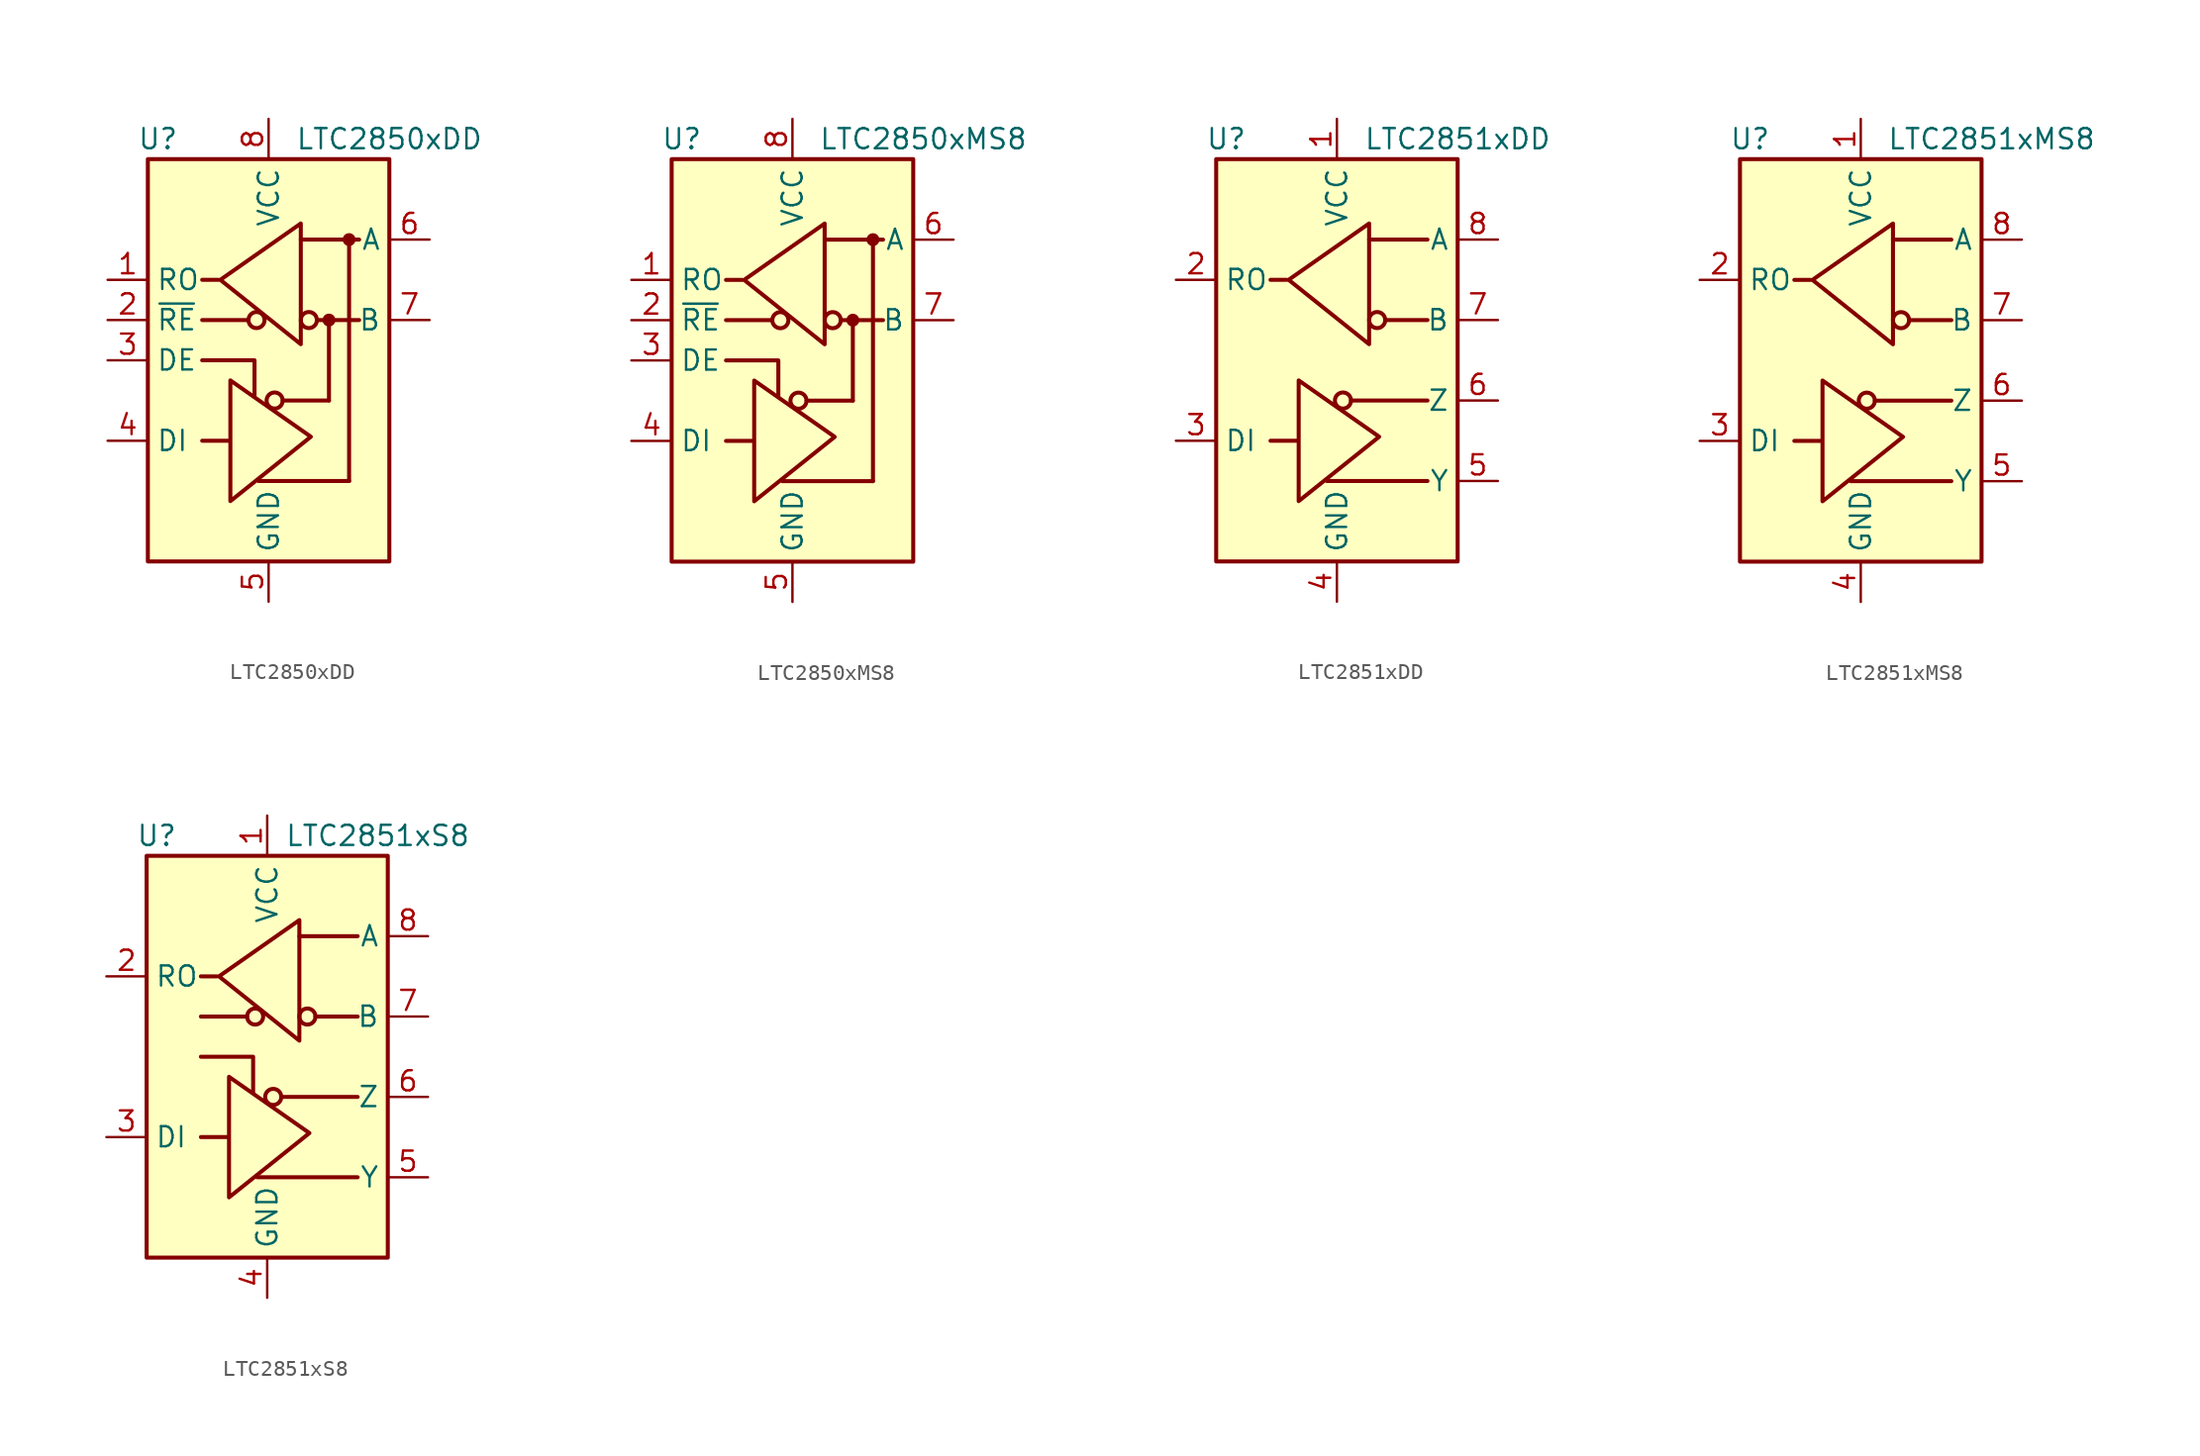
<source format=kicad_sym>
(kicad_symbol_lib
  (version 20201005)
  (generator kicad_symbol_editor)
  (symbol "Interface_UART:LTC2850xDD"
    (property "Reference" "U"
      (at -6.985 13.97 0)
      (effects (font (size 1.27 1.27))))
    (property "Value" "LTC2850xDD"
      (at 7.62 13.97 0)
      (effects (font (size 1.27 1.27))))
    (symbol "LTC2850xDD_0_1"
      (rectangle (start -7.62 12.7) (end 7.62 -12.7) (stroke (width 0.254)) (fill (type background))))
    (symbol "LTC2850xDD_1_1"
      (circle (center -0.762 2.54) (radius 0.508) (stroke (width 0.254)) (fill (type none)))
      (circle (center 0.381 -2.54) (radius 0.508) (stroke (width 0.254)) (fill (type none)))
      (circle (center 2.54 2.54) (radius 0.508) (stroke (width 0.254)) (fill (type none)))
      (circle (center 3.81 2.54) (radius 0.279) (stroke (width 0.254)) (fill (type outline)))
      (circle (center 5.08 7.62) (radius 0.279) (stroke (width 0.254)) (fill (type outline)))
      (polyline (pts (xy -4.191 2.54) (xy -1.27 2.54)) (stroke (width 0.254)) (fill (type none)))
      (polyline (pts (xy -2.54 -5.08) (xy -4.191 -5.08)) (stroke (width 0.254)) (fill (type none)))
      (polyline (pts (xy -0.635 -7.62) (xy 5.08 -7.62)) (stroke (width 0.254)) (fill (type none)))
      (polyline (pts (xy 0.889 -2.54) (xy 3.81 -2.54)) (stroke (width 0.254)) (fill (type none)))
      (polyline (pts (xy 2.032 7.62) (xy 5.715 7.62)) (stroke (width 0.254)) (fill (type none)))
      (polyline (pts (xy 3.048 2.54) (xy 5.715 2.54)) (stroke (width 0.254)) (fill (type none)))
      (polyline (pts (xy 3.81 -2.54) (xy 3.81 2.54)) (stroke (width 0.254)) (fill (type none)))
      (polyline (pts (xy 5.08 -7.62) (xy 5.08 7.62)) (stroke (width 0.254)) (fill (type none)))
      (polyline (pts (xy -4.191 0) (xy -0.889 0) (xy -0.889 -2.286)) (stroke (width 0.254)) (fill (type none)))
      (polyline (pts (xy -3.175 5.08) (xy -4.191 5.08) (xy -4.064 5.08)) (stroke (width 0.254)) (fill (type none)))
      (polyline (pts (xy -2.413 -5.08) (xy -2.413 -1.27) (xy 2.667 -4.826) (xy -2.413 -8.89) (xy -2.413 -5.08)) (stroke (width 0.254)) (fill (type none)))
      (polyline (pts (xy 2.032 4.826) (xy 2.032 8.636) (xy -3.048 5.08) (xy 2.032 1.016) (xy 2.032 4.826)) (stroke (width 0.254)) (fill (type none)))
      (pin output line (at -10.16 5.08 0) (length 2.54) (name "RO" (effects (font (size 1.27 1.27)))) (number "1" (effects (font (size 1.27 1.27)))))
      (pin input line (at -10.16 2.54 0) (length 2.54) (name "~RE" (effects (font (size 1.27 1.27)))) (number "2" (effects (font (size 1.27 1.27)))))
      (pin input line (at -10.16 0 0) (length 2.54) (name "DE" (effects (font (size 1.27 1.27)))) (number "3" (effects (font (size 1.27 1.27)))))
      (pin input line (at -10.16 -5.08 0) (length 2.54) (name "DI" (effects (font (size 1.27 1.27)))) (number "4" (effects (font (size 1.27 1.27)))))
      (pin power_in line (at 0 -15.24 90) (length 2.54) (name "GND" (effects (font (size 1.27 1.27)))) (number "5" (effects (font (size 1.27 1.27)))))
      (pin bidirectional line (at 10.16 7.62 180) (length 2.54) (name "A" (effects (font (size 1.27 1.27)))) (number "6" (effects (font (size 1.27 1.27)))))
      (pin bidirectional line (at 10.16 2.54 180) (length 2.54) (name "B" (effects (font (size 1.27 1.27)))) (number "7" (effects (font (size 1.27 1.27)))))
      (pin power_in line (at 0 15.24 270) (length 2.54) (name "VCC" (effects (font (size 1.27 1.27)))) (number "8" (effects (font (size 1.27 1.27)))))
      (pin passive line (at 0 -15.24 90) (length 2.54) hide (name "GND" (effects (font (size 1.27 1.27)))) (number "9" (effects (font (size 1.27 1.27)))))))
  (symbol "Interface_UART:LTC2850xMS8"
    (property "Reference" "U"
      (at -6.985 13.97 0)
      (effects (font (size 1.27 1.27))))
    (property "Value" "LTC2850xMS8"
      (at 8.255 13.97 0)
      (effects (font (size 1.27 1.27))))
    (symbol "LTC2850xMS8_0_1"
      (rectangle (start -7.62 12.7) (end 7.62 -12.7) (stroke (width 0.254)) (fill (type background))))
    (symbol "LTC2850xMS8_1_1"
      (circle (center -0.762 2.54) (radius 0.508) (stroke (width 0.254)) (fill (type none)))
      (circle (center 0.381 -2.54) (radius 0.508) (stroke (width 0.254)) (fill (type none)))
      (circle (center 2.54 2.54) (radius 0.508) (stroke (width 0.254)) (fill (type none)))
      (circle (center 3.81 2.54) (radius 0.279) (stroke (width 0.254)) (fill (type outline)))
      (circle (center 5.08 7.62) (radius 0.279) (stroke (width 0.254)) (fill (type outline)))
      (polyline (pts (xy -4.191 2.54) (xy -1.27 2.54)) (stroke (width 0.254)) (fill (type none)))
      (polyline (pts (xy -2.54 -5.08) (xy -4.191 -5.08)) (stroke (width 0.254)) (fill (type none)))
      (polyline (pts (xy -0.635 -7.62) (xy 5.08 -7.62)) (stroke (width 0.254)) (fill (type none)))
      (polyline (pts (xy 0.889 -2.54) (xy 3.81 -2.54)) (stroke (width 0.254)) (fill (type none)))
      (polyline (pts (xy 2.032 7.62) (xy 5.715 7.62)) (stroke (width 0.254)) (fill (type none)))
      (polyline (pts (xy 3.048 2.54) (xy 5.715 2.54)) (stroke (width 0.254)) (fill (type none)))
      (polyline (pts (xy 3.81 -2.54) (xy 3.81 2.54)) (stroke (width 0.254)) (fill (type none)))
      (polyline (pts (xy 5.08 -7.62) (xy 5.08 7.62)) (stroke (width 0.254)) (fill (type none)))
      (polyline (pts (xy -4.191 0) (xy -0.889 0) (xy -0.889 -2.286)) (stroke (width 0.254)) (fill (type none)))
      (polyline (pts (xy -3.175 5.08) (xy -4.191 5.08) (xy -4.064 5.08)) (stroke (width 0.254)) (fill (type none)))
      (polyline (pts (xy -2.413 -5.08) (xy -2.413 -1.27) (xy 2.667 -4.826) (xy -2.413 -8.89) (xy -2.413 -5.08)) (stroke (width 0.254)) (fill (type none)))
      (polyline (pts (xy 2.032 4.826) (xy 2.032 8.636) (xy -3.048 5.08) (xy 2.032 1.016) (xy 2.032 4.826)) (stroke (width 0.254)) (fill (type none)))
      (pin output line (at -10.16 5.08 0) (length 2.54) (name "RO" (effects (font (size 1.27 1.27)))) (number "1" (effects (font (size 1.27 1.27)))))
      (pin input line (at -10.16 2.54 0) (length 2.54) (name "~RE" (effects (font (size 1.27 1.27)))) (number "2" (effects (font (size 1.27 1.27)))))
      (pin input line (at -10.16 0 0) (length 2.54) (name "DE" (effects (font (size 1.27 1.27)))) (number "3" (effects (font (size 1.27 1.27)))))
      (pin input line (at -10.16 -5.08 0) (length 2.54) (name "DI" (effects (font (size 1.27 1.27)))) (number "4" (effects (font (size 1.27 1.27)))))
      (pin power_in line (at 0 -15.24 90) (length 2.54) (name "GND" (effects (font (size 1.27 1.27)))) (number "5" (effects (font (size 1.27 1.27)))))
      (pin bidirectional line (at 10.16 7.62 180) (length 2.54) (name "A" (effects (font (size 1.27 1.27)))) (number "6" (effects (font (size 1.27 1.27)))))
      (pin bidirectional line (at 10.16 2.54 180) (length 2.54) (name "B" (effects (font (size 1.27 1.27)))) (number "7" (effects (font (size 1.27 1.27)))))
      (pin power_in line (at 0 15.24 270) (length 2.54) (name "VCC" (effects (font (size 1.27 1.27)))) (number "8" (effects (font (size 1.27 1.27)))))))
  (symbol "Interface_UART:LTC2851xDD"
    (property "Reference" "U"
      (at -6.985 13.97 0)
      (effects (font (size 1.27 1.27))))
    (property "Value" "LTC2851xDD"
      (at 7.62 13.97 0)
      (effects (font (size 1.27 1.27))))
    (symbol "LTC2851xDD_0_1"
      (rectangle (start -7.62 12.7) (end 7.62 -12.7) (stroke (width 0.254)) (fill (type background))))
    (symbol "LTC2851xDD_1_1"
      (circle (center 0.381 -2.54) (radius 0.508) (stroke (width 0.254)) (fill (type none)))
      (circle (center 2.54 2.54) (radius 0.508) (stroke (width 0.254)) (fill (type none)))
      (polyline (pts (xy -2.54 -5.08) (xy -4.191 -5.08)) (stroke (width 0.254)) (fill (type none)))
      (polyline (pts (xy -0.635 -7.62) (xy 5.715 -7.62)) (stroke (width 0.254)) (fill (type none)))
      (polyline (pts (xy 0.889 -2.54) (xy 5.715 -2.54)) (stroke (width 0.254)) (fill (type none)))
      (polyline (pts (xy 2.032 7.62) (xy 5.715 7.62)) (stroke (width 0.254)) (fill (type none)))
      (polyline (pts (xy 3.048 2.54) (xy 5.715 2.54)) (stroke (width 0.254)) (fill (type none)))
      (polyline (pts (xy -3.175 5.08) (xy -4.191 5.08) (xy -4.064 5.08)) (stroke (width 0.254)) (fill (type none)))
      (polyline (pts (xy -2.413 -5.08) (xy -2.413 -1.27) (xy 2.667 -4.826) (xy -2.413 -8.89) (xy -2.413 -5.08)) (stroke (width 0.254)) (fill (type none)))
      (polyline (pts (xy 2.032 4.826) (xy 2.032 8.636) (xy -3.048 5.08) (xy 2.032 1.016) (xy 2.032 4.826)) (stroke (width 0.254)) (fill (type none)))
      (pin power_in line (at 0 15.24 270) (length 2.54) (name "VCC" (effects (font (size 1.27 1.27)))) (number "1" (effects (font (size 1.27 1.27)))))
      (pin output line (at -10.16 5.08 0) (length 2.54) (name "RO" (effects (font (size 1.27 1.27)))) (number "2" (effects (font (size 1.27 1.27)))))
      (pin input line (at -10.16 -5.08 0) (length 2.54) (name "DI" (effects (font (size 1.27 1.27)))) (number "3" (effects (font (size 1.27 1.27)))))
      (pin power_in line (at 0 -15.24 90) (length 2.54) (name "GND" (effects (font (size 1.27 1.27)))) (number "4" (effects (font (size 1.27 1.27)))))
      (pin output line (at 10.16 -7.62 180) (length 2.54) (name "Y" (effects (font (size 1.27 1.27)))) (number "5" (effects (font (size 1.27 1.27)))))
      (pin output line (at 10.16 -2.54 180) (length 2.54) (name "Z" (effects (font (size 1.27 1.27)))) (number "6" (effects (font (size 1.27 1.27)))))
      (pin input line (at 10.16 2.54 180) (length 2.54) (name "B" (effects (font (size 1.27 1.27)))) (number "7" (effects (font (size 1.27 1.27)))))
      (pin input line (at 10.16 7.62 180) (length 2.54) (name "A" (effects (font (size 1.27 1.27)))) (number "8" (effects (font (size 1.27 1.27)))))
      (pin passive line (at 0 -15.24 90) (length 2.54) hide (name "GND" (effects (font (size 1.27 1.27)))) (number "9" (effects (font (size 1.27 1.27)))))))
  (symbol "Interface_UART:LTC2851xMS8"
    (property "Reference" "U"
      (at -6.985 13.97 0)
      (effects (font (size 1.27 1.27))))
    (property "Value" "LTC2851xMS8"
      (at 8.255 13.97 0)
      (effects (font (size 1.27 1.27))))
    (symbol "LTC2851xMS8_0_1"
      (rectangle (start -7.62 12.7) (end 7.62 -12.7) (stroke (width 0.254)) (fill (type background))))
    (symbol "LTC2851xMS8_1_1"
      (circle (center 0.381 -2.54) (radius 0.508) (stroke (width 0.254)) (fill (type none)))
      (circle (center 2.54 2.54) (radius 0.508) (stroke (width 0.254)) (fill (type none)))
      (polyline (pts (xy -2.54 -5.08) (xy -4.191 -5.08)) (stroke (width 0.254)) (fill (type none)))
      (polyline (pts (xy -0.635 -7.62) (xy 5.715 -7.62)) (stroke (width 0.254)) (fill (type none)))
      (polyline (pts (xy 0.889 -2.54) (xy 5.715 -2.54)) (stroke (width 0.254)) (fill (type none)))
      (polyline (pts (xy 2.032 7.62) (xy 5.715 7.62)) (stroke (width 0.254)) (fill (type none)))
      (polyline (pts (xy 3.048 2.54) (xy 5.715 2.54)) (stroke (width 0.254)) (fill (type none)))
      (polyline (pts (xy -3.175 5.08) (xy -4.191 5.08) (xy -4.064 5.08)) (stroke (width 0.254)) (fill (type none)))
      (polyline (pts (xy -2.413 -5.08) (xy -2.413 -1.27) (xy 2.667 -4.826) (xy -2.413 -8.89) (xy -2.413 -5.08)) (stroke (width 0.254)) (fill (type none)))
      (polyline (pts (xy 2.032 4.826) (xy 2.032 8.636) (xy -3.048 5.08) (xy 2.032 1.016) (xy 2.032 4.826)) (stroke (width 0.254)) (fill (type none)))
      (pin power_in line (at 0 15.24 270) (length 2.54) (name "VCC" (effects (font (size 1.27 1.27)))) (number "1" (effects (font (size 1.27 1.27)))))
      (pin output line (at -10.16 5.08 0) (length 2.54) (name "RO" (effects (font (size 1.27 1.27)))) (number "2" (effects (font (size 1.27 1.27)))))
      (pin input line (at -10.16 -5.08 0) (length 2.54) (name "DI" (effects (font (size 1.27 1.27)))) (number "3" (effects (font (size 1.27 1.27)))))
      (pin power_in line (at 0 -15.24 90) (length 2.54) (name "GND" (effects (font (size 1.27 1.27)))) (number "4" (effects (font (size 1.27 1.27)))))
      (pin output line (at 10.16 -7.62 180) (length 2.54) (name "Y" (effects (font (size 1.27 1.27)))) (number "5" (effects (font (size 1.27 1.27)))))
      (pin output line (at 10.16 -2.54 180) (length 2.54) (name "Z" (effects (font (size 1.27 1.27)))) (number "6" (effects (font (size 1.27 1.27)))))
      (pin input line (at 10.16 2.54 180) (length 2.54) (name "B" (effects (font (size 1.27 1.27)))) (number "7" (effects (font (size 1.27 1.27)))))
      (pin input line (at 10.16 7.62 180) (length 2.54) (name "A" (effects (font (size 1.27 1.27)))) (number "8" (effects (font (size 1.27 1.27)))))))
  (symbol "Interface_UART:LTC2851xS8"
    (property "Reference" "U"
      (at -6.985 13.97 0)
      (effects (font (size 1.27 1.27))))
    (property "Value" "LTC2851xS8"
      (at 6.985 13.97 0)
      (effects (font (size 1.27 1.27))))
    (symbol "LTC2851xS8_0_1"
      (rectangle (start -7.62 12.7) (end 7.62 -12.7) (stroke (width 0.254)) (fill (type background))))
    (symbol "LTC2851xS8_1_1"
      (circle (center -0.762 2.54) (radius 0.508) (stroke (width 0.254)) (fill (type none)))
      (circle (center 0.381 -2.54) (radius 0.508) (stroke (width 0.254)) (fill (type none)))
      (circle (center 2.54 2.54) (radius 0.508) (stroke (width 0.254)) (fill (type none)))
      (polyline (pts (xy -4.191 2.54) (xy -1.27 2.54)) (stroke (width 0.254)) (fill (type none)))
      (polyline (pts (xy -2.54 -5.08) (xy -4.191 -5.08)) (stroke (width 0.254)) (fill (type none)))
      (polyline (pts (xy -0.635 -7.62) (xy 5.715 -7.62)) (stroke (width 0.254)) (fill (type none)))
      (polyline (pts (xy 0.889 -2.54) (xy 5.715 -2.54)) (stroke (width 0.254)) (fill (type none)))
      (polyline (pts (xy 2.032 7.62) (xy 5.715 7.62)) (stroke (width 0.254)) (fill (type none)))
      (polyline (pts (xy 3.048 2.54) (xy 5.715 2.54)) (stroke (width 0.254)) (fill (type none)))
      (polyline (pts (xy -4.191 0) (xy -0.889 0) (xy -0.889 -2.286)) (stroke (width 0.254)) (fill (type none)))
      (polyline (pts (xy -3.175 5.08) (xy -4.191 5.08) (xy -4.064 5.08)) (stroke (width 0.254)) (fill (type none)))
      (polyline (pts (xy -2.413 -5.08) (xy -2.413 -1.27) (xy 2.667 -4.826) (xy -2.413 -8.89) (xy -2.413 -5.08)) (stroke (width 0.254)) (fill (type none)))
      (polyline (pts (xy 2.032 4.826) (xy 2.032 8.636) (xy -3.048 5.08) (xy 2.032 1.016) (xy 2.032 4.826)) (stroke (width 0.254)) (fill (type none)))
      (pin power_in line (at 0 15.24 270) (length 2.54) (name "VCC" (effects (font (size 1.27 1.27)))) (number "1" (effects (font (size 1.27 1.27)))))
      (pin output line (at -10.16 5.08 0) (length 2.54) (name "RO" (effects (font (size 1.27 1.27)))) (number "2" (effects (font (size 1.27 1.27)))))
      (pin input line (at -10.16 -5.08 0) (length 2.54) (name "DI" (effects (font (size 1.27 1.27)))) (number "3" (effects (font (size 1.27 1.27)))))
      (pin power_in line (at 0 -15.24 90) (length 2.54) (name "GND" (effects (font (size 1.27 1.27)))) (number "4" (effects (font (size 1.27 1.27)))))
      (pin output line (at 10.16 -7.62 180) (length 2.54) (name "Y" (effects (font (size 1.27 1.27)))) (number "5" (effects (font (size 1.27 1.27)))))
      (pin output line (at 10.16 -2.54 180) (length 2.54) (name "Z" (effects (font (size 1.27 1.27)))) (number "6" (effects (font (size 1.27 1.27)))))
      (pin input line (at 10.16 2.54 180) (length 2.54) (name "B" (effects (font (size 1.27 1.27)))) (number "7" (effects (font (size 1.27 1.27)))))
      (pin input line (at 10.16 7.62 180) (length 2.54) (name "A" (effects (font (size 1.27 1.27)))) (number "8" (effects (font (size 1.27 1.27))))))))
</source>
